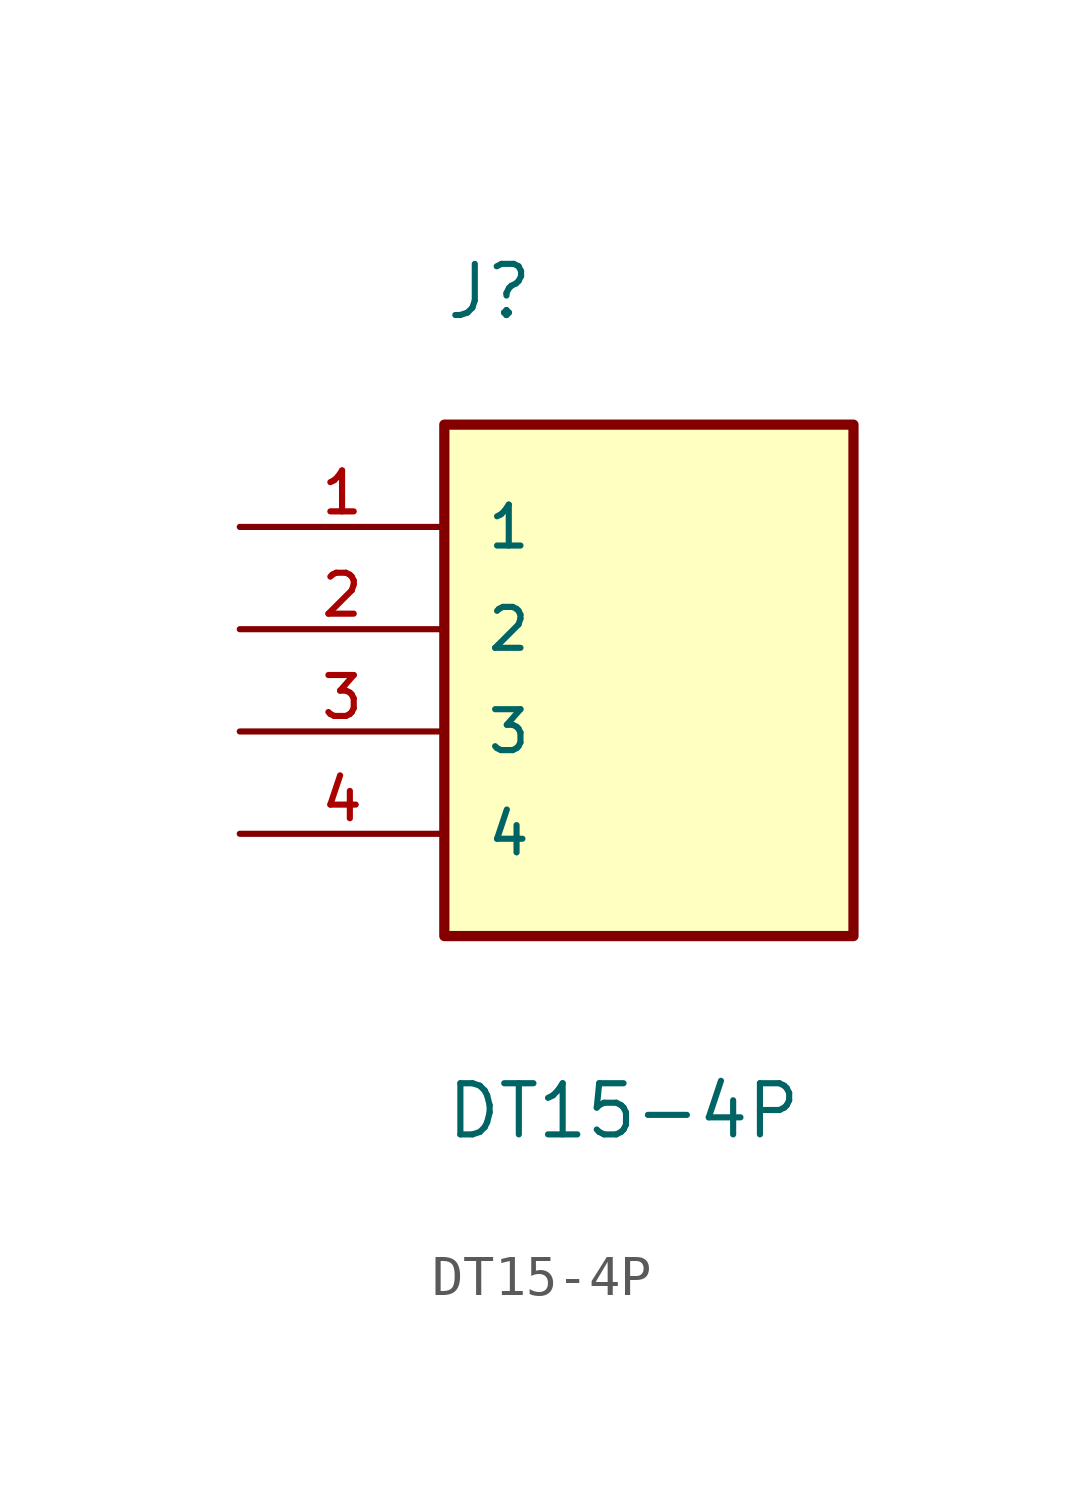
<source format=kicad_sym>
(kicad_symbol_lib
  (version 20211014)
  (generator kicad_symbol_editor)
  (symbol "DT15-4P"
    (pin_names
      (offset 1.016))
    (property "Reference" "J"
      (at -5.089 10.179 0)
      (effects (font (size 1.27 1.27)) (justify bottom left)))
    (property "Value" "DT15-4P"
      (at -5.084 -10.168 0)
      (effects (font (size 1.27 1.27)) (justify bottom left)))
    (symbol "DT15-4P_0_0"
      (rectangle (start -5.08 -5.08) (end 5.08 7.62) (stroke (width 0.254)) (fill (type background)))
      (pin passive line (at -10.16 5.08 0) (length 5.08) (name "1" (effects (font (size 1.016 1.016)))) (number "1" (effects (font (size 1.016 1.016)))))
      (pin passive line (at -10.16 2.54 0) (length 5.08) (name "2" (effects (font (size 1.016 1.016)))) (number "2" (effects (font (size 1.016 1.016)))))
      (pin passive line (at -10.16 0.0 0) (length 5.08) (name "3" (effects (font (size 1.016 1.016)))) (number "3" (effects (font (size 1.016 1.016)))))
      (pin passive line (at -10.16 -2.54 0) (length 5.08) (name "4" (effects (font (size 1.016 1.016)))) (number "4" (effects (font (size 1.016 1.016))))))))
</source>
